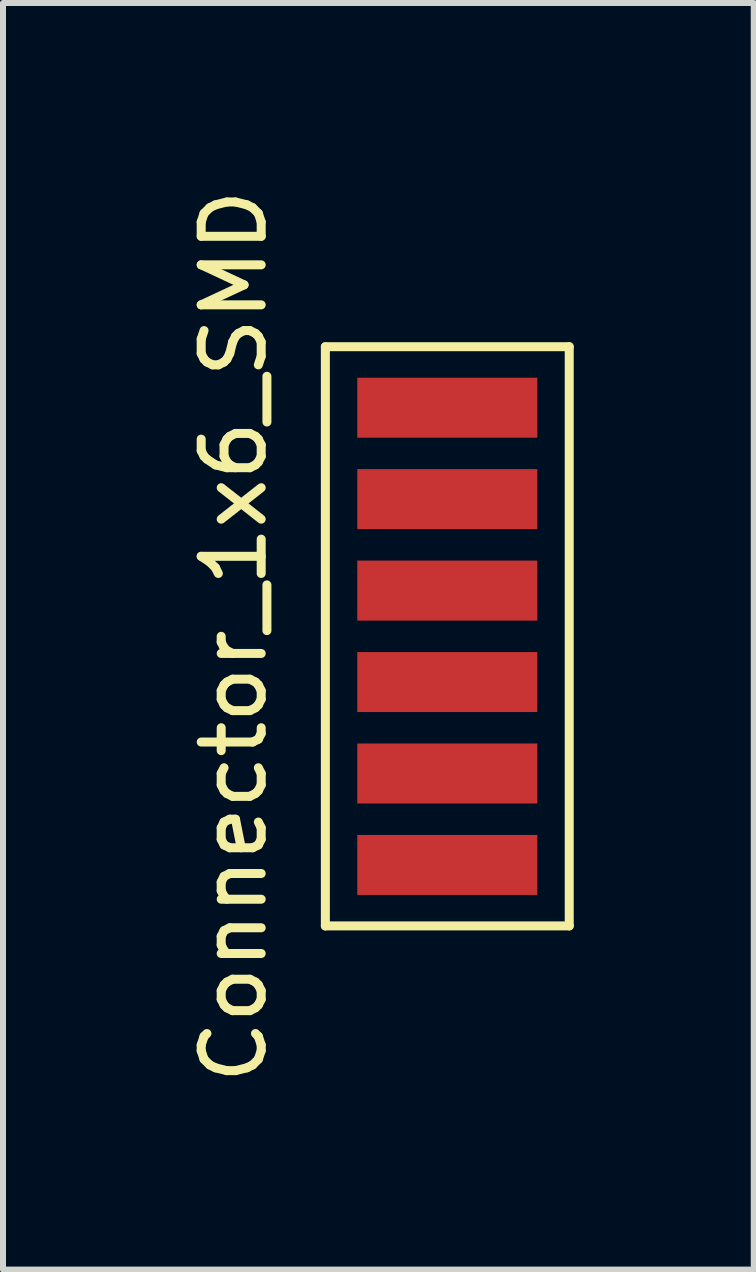
<source format=kicad_pcb>
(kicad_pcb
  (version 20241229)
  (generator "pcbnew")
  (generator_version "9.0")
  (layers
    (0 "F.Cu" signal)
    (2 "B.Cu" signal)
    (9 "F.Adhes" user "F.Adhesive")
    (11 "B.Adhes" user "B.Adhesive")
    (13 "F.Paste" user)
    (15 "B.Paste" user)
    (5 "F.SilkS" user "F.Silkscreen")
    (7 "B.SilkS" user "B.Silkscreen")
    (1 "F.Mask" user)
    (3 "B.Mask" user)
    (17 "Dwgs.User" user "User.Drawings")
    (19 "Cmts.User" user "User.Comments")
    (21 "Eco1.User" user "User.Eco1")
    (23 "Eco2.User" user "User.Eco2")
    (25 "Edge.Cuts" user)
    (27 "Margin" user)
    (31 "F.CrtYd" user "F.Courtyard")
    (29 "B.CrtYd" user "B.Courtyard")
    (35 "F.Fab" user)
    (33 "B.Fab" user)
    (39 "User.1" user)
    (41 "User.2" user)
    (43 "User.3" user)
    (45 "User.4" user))
  (footprint "Connector_1x6_SMD"
    (layer "F.Cu")
    (at 4.404 7.554)
    (property "Reference" "Connector_1x6_SMD" (at -3.556 0 90) (layer "F.SilkS") (effects (font (size 1 1) (thickness 0.15))))
    (attr through_hole)
    (fp_line (start -2.032 -4.826) (end 2.032 -4.826) (stroke (width 0.15) (type solid)) (layer "F.SilkS"))
    (fp_line (start -2.032 4.826) (end -2.032 -4.826) (stroke (width 0.15) (type solid)) (layer "F.SilkS"))
    (fp_line (start 2.032 -4.826) (end 2.032 4.826) (stroke (width 0.15) (type solid)) (layer "F.SilkS"))
    (fp_line (start 2.032 4.826) (end -2.032 4.826) (stroke (width 0.15) (type solid)) (layer "F.SilkS"))
    (pad "1" smd rect (at 0 -3.81) (size 3 1) (layers "F.Cu" "F.Mask" "F.Paste"))
    (pad "2" smd rect (at 0 -2.286) (size 3 1) (layers "F.Cu" "F.Mask" "F.Paste"))
    (pad "3" smd rect (at 0 -0.762) (size 3 1) (layers "F.Cu" "F.Mask" "F.Paste"))
    (pad "4" smd rect (at 0 0.762) (size 3 1) (layers "F.Cu" "F.Mask" "F.Paste"))
    (pad "5" smd rect (at 0 2.286) (size 3 1) (layers "F.Cu" "F.Mask" "F.Paste"))
    (pad "6" smd rect (at 0 3.81) (size 3 1) (layers "F.Cu" "F.Mask" "F.Paste")))
  (gr_rect
    (start -3 -3)
    (end 9.511 18.107)
    (stroke (width 0.1) (type default))
    (fill no)
    (layer "Edge.Cuts")))
</source>
